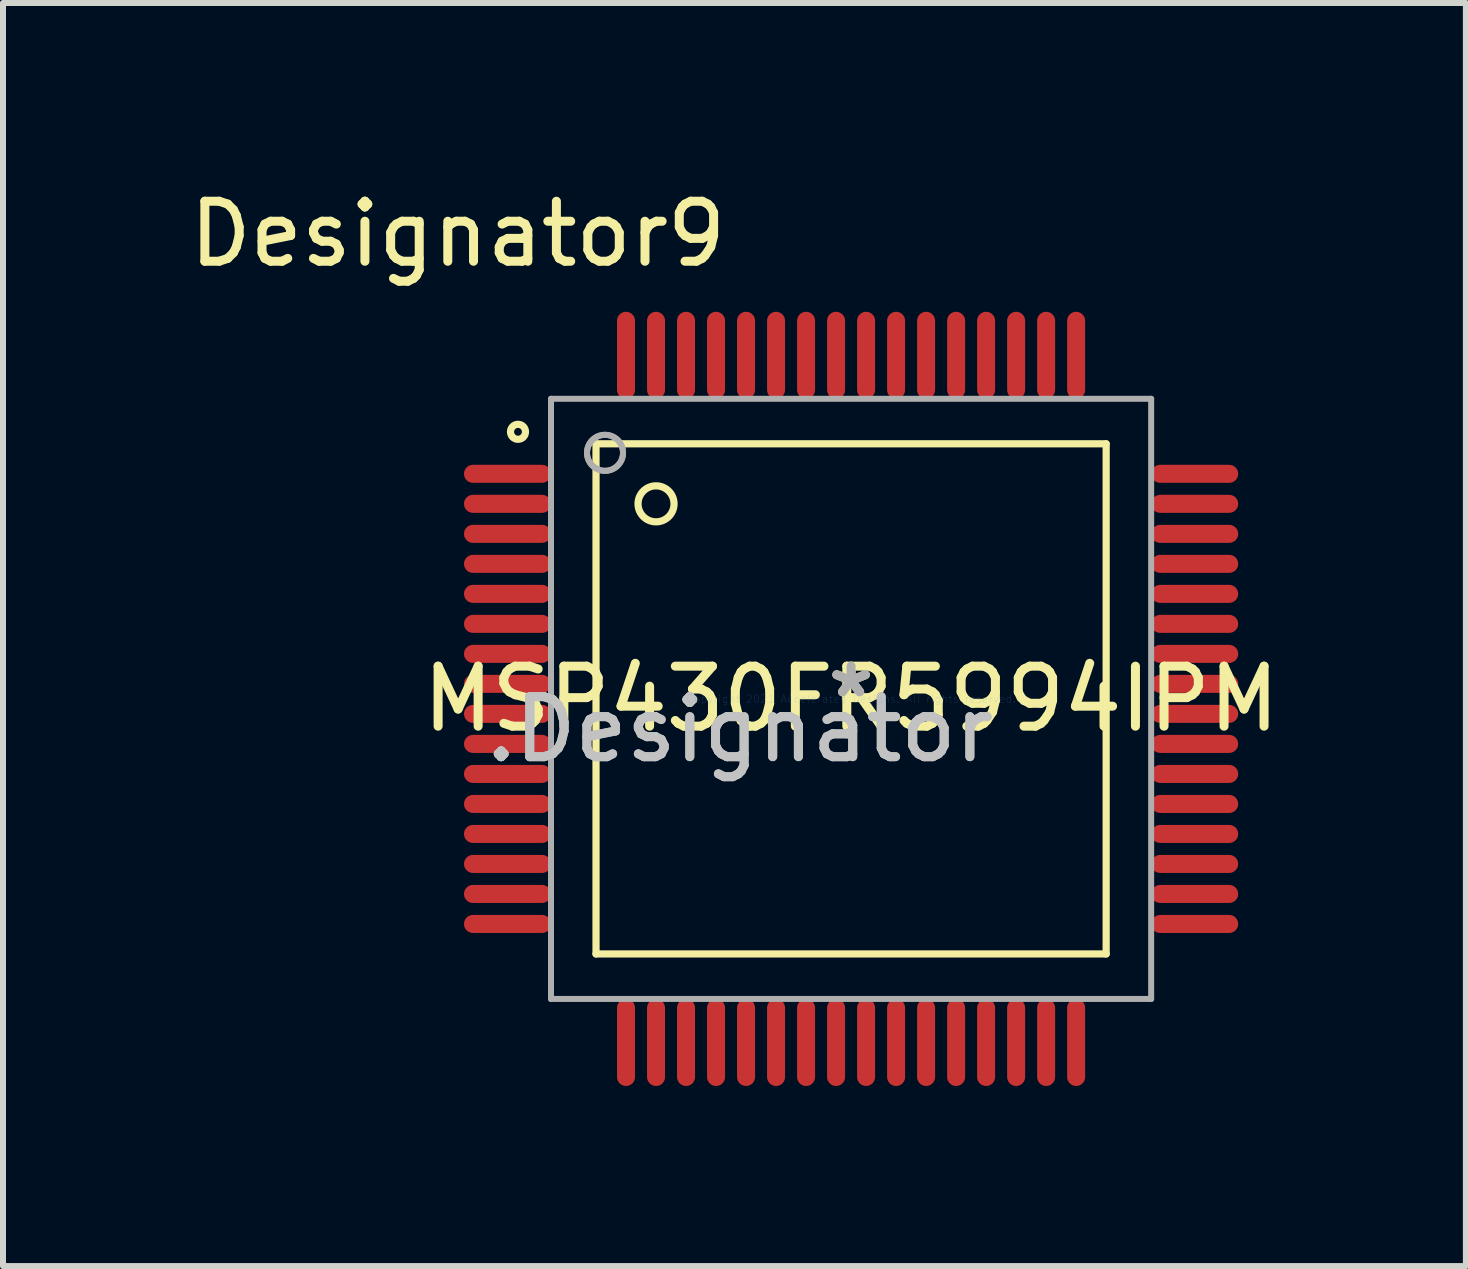
<source format=kicad_pcb>
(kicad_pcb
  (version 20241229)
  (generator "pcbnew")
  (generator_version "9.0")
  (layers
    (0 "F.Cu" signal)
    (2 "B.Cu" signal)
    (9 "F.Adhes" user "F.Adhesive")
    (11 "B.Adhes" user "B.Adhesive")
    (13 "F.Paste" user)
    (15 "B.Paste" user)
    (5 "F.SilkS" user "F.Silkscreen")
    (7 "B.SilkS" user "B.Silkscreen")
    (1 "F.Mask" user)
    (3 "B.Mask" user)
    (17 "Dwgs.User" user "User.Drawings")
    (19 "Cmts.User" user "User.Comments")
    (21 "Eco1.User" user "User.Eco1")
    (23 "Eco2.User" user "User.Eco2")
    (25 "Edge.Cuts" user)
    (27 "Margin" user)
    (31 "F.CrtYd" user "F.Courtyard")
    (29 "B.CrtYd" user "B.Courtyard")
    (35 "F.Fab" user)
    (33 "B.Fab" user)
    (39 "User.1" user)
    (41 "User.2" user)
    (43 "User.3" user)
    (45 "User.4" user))
  (footprint "MSP430FR5994IPM"
    (layer "F.Cu")
    (at 11.131 8.595)
    (property "Reference" "MSP430FR5994IPM" (at 0 0 0) (layer "F.SilkS") (effects (font (size 1 1) (thickness 0.15))))
    (attr through_hole)
    (fp_line (start -4.25 -4.25) (end 4.25 -4.25) (stroke (width 0.12) (type solid)) (layer "F.SilkS"))
    (fp_line (start -4.25 4.25) (end -4.25 -4.25) (stroke (width 0.12) (type solid)) (layer "F.SilkS"))
    (fp_line (start -4.25 4.25) (end 4.25 4.25) (stroke (width 0.12) (type solid)) (layer "F.SilkS"))
    (fp_line (start 4.25 4.25) (end 4.25 -4.25) (stroke (width 0.12) (type solid)) (layer "F.SilkS"))
    (fp_circle (center -5.55 -4.45) (end -5.425 -4.45) (stroke (width 0.12) (type solid)) (fill no) (layer "F.SilkS"))
    (fp_circle (center -3.25 -3.25) (end -2.95 -3.25) (stroke (width 0.12) (type solid)) (fill no) (layer "F.SilkS"))
    (fp_line (start -5 -5) (end 5 -5) (stroke (width 0.1) (type solid)) (layer "F.Fab"))
    (fp_line (start -5 5) (end -5 -5) (stroke (width 0.1) (type solid)) (layer "F.Fab"))
    (fp_line (start -5 5) (end 5 5) (stroke (width 0.1) (type solid)) (layer "F.Fab"))
    (fp_line (start 5 5) (end 5 -5) (stroke (width 0.1) (type solid)) (layer "F.Fab"))
    (fp_circle (center -4.1 -4.1) (end -3.8 -4.1) (stroke (width 0.1) (type solid)) (fill no) (layer "F.Fab"))
    (fp_circle (center -4.1 -4.1) (end -3.8 -4.1) (stroke (width 0.1) (type solid)) (fill no) (layer "F.Fab"))
    (fp_text user "Designator9" (at -6.553 -7.747 0) (layer "F.SilkS") (effects (font (size 1 1) (thickness 0.15))))
    (fp_text user "*" (at 0 0 0) (layer "F.SilkS") (effects (font (size 1 1) (thickness 0.15))))
    (fp_text user ".Designator" (at -1.854 0.508 0) (layer "Dwgs.User") (effects (font (size 1 1) (thickness 0.15))))
    (fp_text user "Copyright 2021 Accelerated Designs. All rights reserved." (at 0 0 0) (layer "Cmts.User") (effects (font (size 0.127 0.127) (thickness 0.002))))
    (fp_text user ".Designator" (at -1.854 0.508 0) (layer "F.Fab") (effects (font (size 1 1) (thickness 0.15))))
    (fp_text user "*" (at 0 0 0) (layer "F.Fab") (effects (font (size 1 1) (thickness 0.15))))
    (pad "1" smd oval (at -5.725 -3.75 90) (size 0.3 1.45) (layers "F.Cu" "F.Mask" "F.Paste"))
    (pad "2" smd oval (at -5.725 -3.25 90) (size 0.3 1.45) (layers "F.Cu" "F.Mask" "F.Paste"))
    (pad "3" smd oval (at -5.725 -2.75 90) (size 0.3 1.45) (layers "F.Cu" "F.Mask" "F.Paste"))
    (pad "4" smd oval (at -5.725 -2.25 90) (size 0.3 1.45) (layers "F.Cu" "F.Mask" "F.Paste"))
    (pad "5" smd oval (at -5.725 -1.75 90) (size 0.3 1.45) (layers "F.Cu" "F.Mask" "F.Paste"))
    (pad "6" smd oval (at -5.725 -1.25 90) (size 0.3 1.45) (layers "F.Cu" "F.Mask" "F.Paste"))
    (pad "7" smd oval (at -5.725 -0.75 90) (size 0.3 1.45) (layers "F.Cu" "F.Mask" "F.Paste"))
    (pad "8" smd oval (at -5.725 -0.25 90) (size 0.3 1.45) (layers "F.Cu" "F.Mask" "F.Paste"))
    (pad "9" smd oval (at -5.725 0.25 90) (size 0.3 1.45) (layers "F.Cu" "F.Mask" "F.Paste"))
    (pad "10" smd oval (at -5.725 0.75 90) (size 0.3 1.45) (layers "F.Cu" "F.Mask" "F.Paste"))
    (pad "11" smd oval (at -5.725 1.25 90) (size 0.3 1.45) (layers "F.Cu" "F.Mask" "F.Paste"))
    (pad "12" smd oval (at -5.725 1.75 90) (size 0.3 1.45) (layers "F.Cu" "F.Mask" "F.Paste"))
    (pad "13" smd oval (at -5.725 2.25 90) (size 0.3 1.45) (layers "F.Cu" "F.Mask" "F.Paste"))
    (pad "14" smd oval (at -5.725 2.75 90) (size 0.3 1.45) (layers "F.Cu" "F.Mask" "F.Paste"))
    (pad "15" smd oval (at -5.725 3.25 90) (size 0.3 1.45) (layers "F.Cu" "F.Mask" "F.Paste"))
    (pad "16" smd oval (at -5.725 3.75 90) (size 0.3 1.45) (layers "F.Cu" "F.Mask" "F.Paste"))
    (pad "17" smd oval (at -3.75 5.725) (size 0.3 1.45) (layers "F.Cu" "F.Mask" "F.Paste"))
    (pad "18" smd oval (at -3.25 5.725) (size 0.3 1.45) (layers "F.Cu" "F.Mask" "F.Paste"))
    (pad "19" smd oval (at -2.75 5.725) (size 0.3 1.45) (layers "F.Cu" "F.Mask" "F.Paste"))
    (pad "20" smd oval (at -2.25 5.725) (size 0.3 1.45) (layers "F.Cu" "F.Mask" "F.Paste"))
    (pad "21" smd oval (at -1.75 5.725) (size 0.3 1.45) (layers "F.Cu" "F.Mask" "F.Paste"))
    (pad "22" smd oval (at -1.25 5.725) (size 0.3 1.45) (layers "F.Cu" "F.Mask" "F.Paste"))
    (pad "23" smd oval (at -0.75 5.725) (size 0.3 1.45) (layers "F.Cu" "F.Mask" "F.Paste"))
    (pad "24" smd oval (at -0.25 5.725) (size 0.3 1.45) (layers "F.Cu" "F.Mask" "F.Paste"))
    (pad "25" smd oval (at 0.25 5.725) (size 0.3 1.45) (layers "F.Cu" "F.Mask" "F.Paste"))
    (pad "26" smd oval (at 0.75 5.725) (size 0.3 1.45) (layers "F.Cu" "F.Mask" "F.Paste"))
    (pad "27" smd oval (at 1.25 5.725) (size 0.3 1.45) (layers "F.Cu" "F.Mask" "F.Paste"))
    (pad "28" smd oval (at 1.75 5.725) (size 0.3 1.45) (layers "F.Cu" "F.Mask" "F.Paste"))
    (pad "29" smd oval (at 2.25 5.725) (size 0.3 1.45) (layers "F.Cu" "F.Mask" "F.Paste"))
    (pad "30" smd oval (at 2.75 5.725) (size 0.3 1.45) (layers "F.Cu" "F.Mask" "F.Paste"))
    (pad "31" smd oval (at 3.25 5.725) (size 0.3 1.45) (layers "F.Cu" "F.Mask" "F.Paste"))
    (pad "32" smd oval (at 3.75 5.725) (size 0.3 1.45) (layers "F.Cu" "F.Mask" "F.Paste"))
    (pad "33" smd oval (at 5.725 3.75 90) (size 0.3 1.45) (layers "F.Cu" "F.Mask" "F.Paste"))
    (pad "34" smd oval (at 5.725 3.25 90) (size 0.3 1.45) (layers "F.Cu" "F.Mask" "F.Paste"))
    (pad "35" smd oval (at 5.725 2.75 90) (size 0.3 1.45) (layers "F.Cu" "F.Mask" "F.Paste"))
    (pad "36" smd oval (at 5.725 2.25 90) (size 0.3 1.45) (layers "F.Cu" "F.Mask" "F.Paste"))
    (pad "37" smd oval (at 5.725 1.75 90) (size 0.3 1.45) (layers "F.Cu" "F.Mask" "F.Paste"))
    (pad "38" smd oval (at 5.725 1.25 90) (size 0.3 1.45) (layers "F.Cu" "F.Mask" "F.Paste"))
    (pad "39" smd oval (at 5.725 0.75 90) (size 0.3 1.45) (layers "F.Cu" "F.Mask" "F.Paste"))
    (pad "40" smd oval (at 5.725 0.25 90) (size 0.3 1.45) (layers "F.Cu" "F.Mask" "F.Paste"))
    (pad "41" smd oval (at 5.725 -0.25 90) (size 0.3 1.45) (layers "F.Cu" "F.Mask" "F.Paste"))
    (pad "42" smd oval (at 5.725 -0.75 90) (size 0.3 1.45) (layers "F.Cu" "F.Mask" "F.Paste"))
    (pad "43" smd oval (at 5.725 -1.25 90) (size 0.3 1.45) (layers "F.Cu" "F.Mask" "F.Paste"))
    (pad "44" smd oval (at 5.725 -1.75 90) (size 0.3 1.45) (layers "F.Cu" "F.Mask" "F.Paste"))
    (pad "45" smd oval (at 5.725 -2.25 90) (size 0.3 1.45) (layers "F.Cu" "F.Mask" "F.Paste"))
    (pad "46" smd oval (at 5.725 -2.75 90) (size 0.3 1.45) (layers "F.Cu" "F.Mask" "F.Paste"))
    (pad "47" smd oval (at 5.725 -3.25 90) (size 0.3 1.45) (layers "F.Cu" "F.Mask" "F.Paste"))
    (pad "48" smd oval (at 5.725 -3.75 90) (size 0.3 1.45) (layers "F.Cu" "F.Mask" "F.Paste"))
    (pad "49" smd oval (at 3.75 -5.725) (size 0.3 1.45) (layers "F.Cu" "F.Mask" "F.Paste"))
    (pad "50" smd oval (at 3.25 -5.725) (size 0.3 1.45) (layers "F.Cu" "F.Mask" "F.Paste"))
    (pad "51" smd oval (at 2.75 -5.725) (size 0.3 1.45) (layers "F.Cu" "F.Mask" "F.Paste"))
    (pad "52" smd oval (at 2.25 -5.725) (size 0.3 1.45) (layers "F.Cu" "F.Mask" "F.Paste"))
    (pad "53" smd oval (at 1.75 -5.725) (size 0.3 1.45) (layers "F.Cu" "F.Mask" "F.Paste"))
    (pad "54" smd oval (at 1.25 -5.725) (size 0.3 1.45) (layers "F.Cu" "F.Mask" "F.Paste"))
    (pad "55" smd oval (at 0.75 -5.725) (size 0.3 1.45) (layers "F.Cu" "F.Mask" "F.Paste"))
    (pad "56" smd oval (at 0.25 -5.725) (size 0.3 1.45) (layers "F.Cu" "F.Mask" "F.Paste"))
    (pad "57" smd oval (at -0.25 -5.725) (size 0.3 1.45) (layers "F.Cu" "F.Mask" "F.Paste"))
    (pad "58" smd oval (at -0.75 -5.725) (size 0.3 1.45) (layers "F.Cu" "F.Mask" "F.Paste"))
    (pad "59" smd oval (at -1.25 -5.725) (size 0.3 1.45) (layers "F.Cu" "F.Mask" "F.Paste"))
    (pad "60" smd oval (at -1.75 -5.725) (size 0.3 1.45) (layers "F.Cu" "F.Mask" "F.Paste"))
    (pad "61" smd oval (at -2.25 -5.725) (size 0.3 1.45) (layers "F.Cu" "F.Mask" "F.Paste"))
    (pad "62" smd oval (at -2.75 -5.725) (size 0.3 1.45) (layers "F.Cu" "F.Mask" "F.Paste"))
    (pad "63" smd oval (at -3.25 -5.725) (size 0.3 1.45) (layers "F.Cu" "F.Mask" "F.Paste"))
    (pad "64" smd oval (at -3.75 -5.725) (size 0.3 1.45) (layers "F.Cu" "F.Mask" "F.Paste")))
  (gr_rect
    (start -3 -3)
    (end 21.375 18.045)
    (stroke (width 0.1) (type default))
    (fill no)
    (layer "Edge.Cuts")))
</source>
